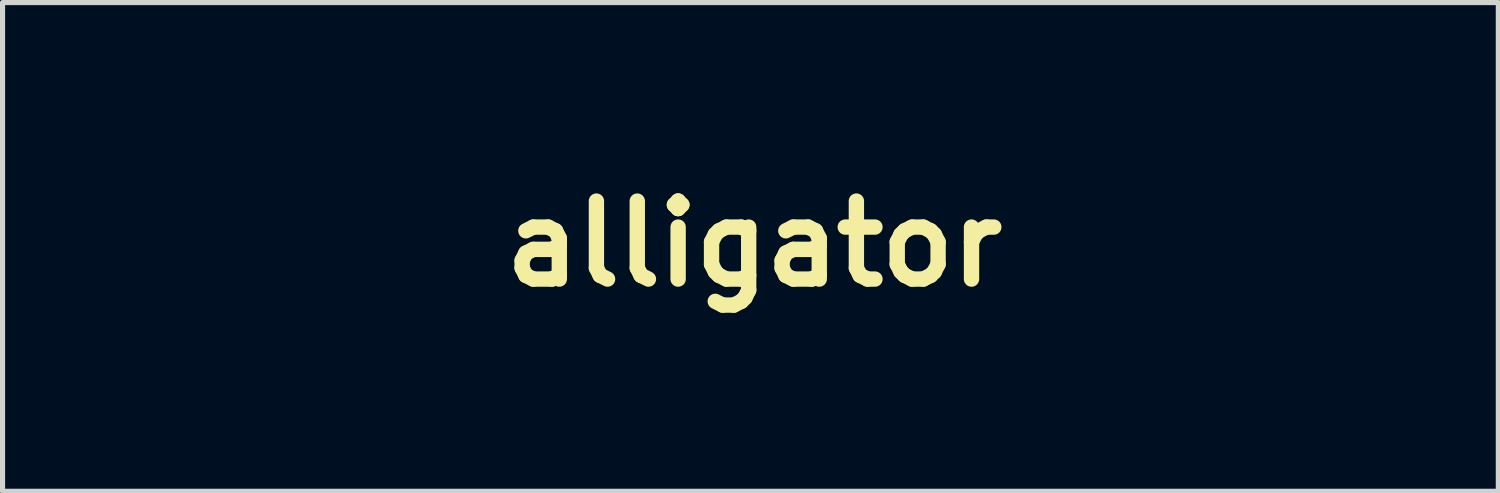
<source format=kicad_pcb>
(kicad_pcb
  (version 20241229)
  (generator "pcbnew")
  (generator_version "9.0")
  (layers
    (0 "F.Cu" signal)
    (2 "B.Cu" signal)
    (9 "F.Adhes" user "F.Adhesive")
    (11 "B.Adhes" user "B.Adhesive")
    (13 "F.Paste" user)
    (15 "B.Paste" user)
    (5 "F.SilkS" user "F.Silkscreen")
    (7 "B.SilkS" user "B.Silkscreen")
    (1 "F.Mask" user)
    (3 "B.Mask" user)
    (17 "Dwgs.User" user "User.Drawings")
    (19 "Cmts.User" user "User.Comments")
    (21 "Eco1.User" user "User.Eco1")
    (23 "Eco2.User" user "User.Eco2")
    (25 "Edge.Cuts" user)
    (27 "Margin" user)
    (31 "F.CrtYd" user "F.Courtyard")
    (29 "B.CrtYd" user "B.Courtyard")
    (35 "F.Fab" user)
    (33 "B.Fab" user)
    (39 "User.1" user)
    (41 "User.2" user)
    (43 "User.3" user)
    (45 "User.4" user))
  (footprint "alligator"
    (layer "F.Cu")
    (at 11.689 1.714)
    (property "Reference" "alligator" (at 0 0 0) (layer "F.SilkS") (effects (font (size 1.524 1.524) (thickness 0.3))))
    (attr through_hole)
    (fp_poly (pts (xy -3.175 -1.596) (xy -2.954 -1.589) (xy -2.829 -1.571) (xy -2.776 -1.536) (xy -2.771 -1.48) (xy -2.781 -1.433) (xy -2.795 -1.313) (xy -2.813 -1.072) (xy -2.832 -0.736) (xy -2.851 -0.329) (xy -2.869 0.122) (xy -2.871 0.2) (xy -2.923 1.669) (xy -4.121 1.669) (xy -4.169 0.236) (xy -4.186 -0.219) (xy -4.204 -0.635) (xy -4.223 -0.986) (xy -4.24 -1.247) (xy -4.254 -1.391) (xy -4.255 -1.397) (xy -4.293 -1.597) (xy -3.518 -1.597) (xy -3.175 -1.596)) (stroke (width 0.01) (type solid)) (fill yes) (layer "F.Mask"))
    (fp_poly (pts (xy -7.511 -0.244) (xy -7.564 1.108) (xy -7.15 1.074) (xy -6.736 1.039) (xy -6.779 1.254) (xy -6.81 1.443) (xy -6.822 1.569) (xy -6.849 1.611) (xy -6.946 1.64) (xy -7.13 1.658) (xy -7.423 1.667) (xy -7.79 1.669) (xy -8.759 1.669) (xy -8.809 0.144) (xy -8.826 -0.317) (xy -8.844 -0.733) (xy -8.863 -1.079) (xy -8.881 -1.334) (xy -8.897 -1.474) (xy -8.901 -1.489) (xy -8.899 -1.538) (xy -8.834 -1.57) (xy -8.684 -1.588) (xy -8.425 -1.596) (xy -8.2 -1.597) (xy -7.457 -1.597) (xy -7.511 -0.244)) (stroke (width 0.01) (type solid)) (fill yes) (layer "F.Mask"))
    (fp_poly (pts (xy -5.188 -0.244) (xy -5.242 1.108) (xy -4.828 1.074) (xy -4.413 1.039) (xy -4.456 1.254) (xy -4.488 1.443) (xy -4.499 1.569) (xy -4.527 1.611) (xy -4.624 1.64) (xy -4.808 1.658) (xy -5.101 1.667) (xy -5.468 1.669) (xy -6.436 1.669) (xy -6.487 0.144) (xy -6.504 -0.317) (xy -6.522 -0.733) (xy -6.541 -1.079) (xy -6.559 -1.334) (xy -6.574 -1.474) (xy -6.578 -1.489) (xy -6.577 -1.538) (xy -6.512 -1.57) (xy -6.362 -1.588) (xy -6.103 -1.596) (xy -5.877 -1.597) (xy -5.135 -1.597) (xy -5.188 -0.244)) (stroke (width 0.01) (type solid)) (fill yes) (layer "F.Mask"))
    (fp_poly (pts (xy 5.561 -1.433) (xy 5.538 -1.277) (xy 5.522 -1.032) (xy 5.516 -0.78) (xy 5.515 -0.29) (xy 4.884 -0.29) (xy 4.837 0.265) (xy 4.813 0.611) (xy 4.796 0.969) (xy 4.79 1.245) (xy 4.79 1.669) (xy 4.29 1.669) (xy 4.024 1.665) (xy 3.869 1.645) (xy 3.789 1.6) (xy 3.75 1.518) (xy 3.747 1.506) (xy 3.728 1.364) (xy 3.713 1.118) (xy 3.704 0.811) (xy 3.702 0.641) (xy 3.697 0.325) (xy 3.685 0.057) (xy 3.668 -0.126) (xy 3.657 -0.175) (xy 3.566 -0.257) (xy 3.36 -0.289) (xy 3.294 -0.29) (xy 2.975 -0.29) (xy 2.975 -1.597) (xy 5.605 -1.597) (xy 5.561 -1.433)) (stroke (width 0.01) (type solid)) (fill yes) (layer "F.Mask"))
    (fp_poly (pts (xy -0.192 -1.15) (xy -0.156 -0.787) (xy -0.142 -0.544) (xy -0.158 -0.397) (xy -0.21 -0.321) (xy -0.306 -0.294) (xy -0.439 -0.29) (xy -0.79 -0.237) (xy -1.075 -0.093) (xy -1.277 0.121) (xy -1.377 0.38) (xy -1.36 0.664) (xy -1.3 0.809) (xy -1.189 0.923) (xy -1.002 1.044) (xy -0.805 1.135) (xy -0.682 1.161) (xy -0.665 1.096) (xy -0.666 0.926) (xy -0.684 0.726) (xy -0.733 0.29) (xy 0.144 0.29) (xy 0.098 0.962) (xy 0.075 1.258) (xy 0.052 1.495) (xy 0.033 1.638) (xy 0.025 1.664) (xy -0.064 1.687) (xy -0.258 1.704) (xy -0.519 1.713) (xy -0.806 1.715) (xy -1.082 1.709) (xy -1.305 1.695) (xy -1.421 1.678) (xy -1.882 1.492) (xy -2.248 1.205) (xy -2.508 0.829) (xy -2.648 0.377) (xy -2.662 0.276) (xy -2.654 -0.24) (xy -2.523 -0.689) (xy -2.272 -1.062) (xy -1.905 -1.351) (xy -1.819 -1.397) (xy -1.586 -1.503) (xy -1.37 -1.564) (xy -1.115 -1.591) (xy -0.832 -1.597) (xy -0.238 -1.597) (xy -0.192 -1.15)) (stroke (width 0.01) (type solid)) (fill yes) (layer "F.Mask"))
    (fp_poly (pts (xy 7.647 -1.608) (xy 8.001 -1.386) (xy 8.277 -1.057) (xy 8.354 -0.91) (xy 8.449 -0.584) (xy 8.491 -0.18) (xy 8.48 0.247) (xy 8.417 0.64) (xy 8.34 0.871) (xy 8.109 1.273) (xy 7.833 1.544) (xy 7.495 1.696) (xy 7.097 1.741) (xy 6.714 1.696) (xy 6.46 1.587) (xy 6.263 1.453) (xy 6.114 1.308) (xy 5.975 1.106) (xy 5.861 0.907) (xy 5.779 0.728) (xy 5.729 0.531) (xy 5.705 0.271) (xy 5.705 0.245) (xy 6.724 0.245) (xy 6.737 0.5) (xy 6.805 0.739) (xy 6.92 0.923) (xy 7.075 1.013) (xy 7.112 1.016) (xy 7.251 0.959) (xy 7.376 0.829) (xy 7.476 0.586) (xy 7.503 0.308) (xy 7.461 0.048) (xy 7.351 -0.141) (xy 7.334 -0.156) (xy 7.197 -0.253) (xy 7.112 -0.29) (xy 7.02 -0.249) (xy 6.89 -0.156) (xy 6.772 0.013) (xy 6.724 0.245) (xy 5.705 0.245) (xy 5.699 -0.036) (xy 5.703 -0.366) (xy 5.723 -0.596) (xy 5.768 -0.773) (xy 5.847 -0.942) (xy 5.893 -1.024) (xy 6.107 -1.323) (xy 6.356 -1.52) (xy 6.686 -1.649) (xy 6.803 -1.678) (xy 7.239 -1.709) (xy 7.647 -1.608)) (stroke (width 0.01) (type solid)) (fill yes) (layer "F.Mask"))
    (fp_poly (pts (xy 10.028 -1.62) (xy 10.313 -1.606) (xy 10.526 -1.575) (xy 10.702 -1.523) (xy 10.813 -1.476) (xy 11.146 -1.29) (xy 11.36 -1.078) (xy 11.479 -0.805) (xy 11.526 -0.468) (xy 11.535 -0.192) (xy 11.512 -0.001) (xy 11.444 0.164) (xy 11.365 0.292) (xy 11.243 0.462) (xy 11.148 0.566) (xy 11.121 0.582) (xy 11.019 0.617) (xy 10.964 0.648) (xy 10.926 0.705) (xy 10.961 0.805) (xy 11.08 0.971) (xy 11.173 1.085) (xy 11.326 1.276) (xy 11.428 1.418) (xy 11.457 1.482) (xy 11.457 1.482) (xy 11.383 1.525) (xy 11.218 1.612) (xy 11.056 1.694) (xy 10.834 1.798) (xy 10.7 1.832) (xy 10.621 1.805) (xy 10.601 1.785) (xy 10.524 1.671) (xy 10.406 1.476) (xy 10.305 1.297) (xy 10.09 0.907) (xy 10.089 1.288) (xy 10.087 1.669) (xy 8.876 1.669) (xy 8.814 0.219) (xy 10.088 0.219) (xy 10.104 0.388) (xy 10.131 0.455) (xy 10.234 0.469) (xy 10.392 0.413) (xy 10.505 0.343) (xy 10.59 0.198) (xy 10.573 0.015) (xy 10.463 -0.151) (xy 10.417 -0.186) (xy 10.266 -0.256) (xy 10.163 -0.256) (xy 10.12 -0.162) (xy 10.094 0.016) (xy 10.088 0.219) (xy 8.814 0.219) (xy 8.807 0.054) (xy 8.788 -0.414) (xy 8.772 -0.832) (xy 8.762 -1.178) (xy 8.756 -1.431) (xy 8.756 -1.57) (xy 8.759 -1.59) (xy 8.835 -1.602) (xy 9.027 -1.612) (xy 9.306 -1.619) (xy 9.633 -1.623) (xy 10.028 -1.62)) (stroke (width 0.01) (type solid)) (fill yes) (layer "F.Mask"))
    (fp_poly (pts (xy -9.65 -1.179) (xy -9.601 -0.948) (xy -9.532 -0.631) (xy -9.448 -0.257) (xy -9.358 0.143) (xy -9.266 0.543) (xy -9.181 0.912) (xy -9.108 1.222) (xy -9.054 1.444) (xy -9.028 1.542) (xy -9.023 1.605) (xy -9.073 1.643) (xy -9.203 1.662) (xy -9.442 1.669) (xy -9.581 1.669) (xy -9.877 1.666) (xy -10.058 1.651) (xy -10.156 1.617) (xy -10.201 1.556) (xy -10.212 1.522) (xy -10.242 1.433) (xy -10.295 1.415) (xy -10.41 1.47) (xy -10.511 1.529) (xy -10.676 1.609) (xy -10.78 1.626) (xy -10.795 1.614) (xy -10.854 1.503) (xy -10.914 1.414) (xy -10.986 1.333) (xy -11.027 1.37) (xy -11.058 1.476) (xy -11.109 1.602) (xy -11.209 1.657) (xy -11.395 1.669) (xy -11.576 1.655) (xy -11.677 1.619) (xy -11.684 1.605) (xy -11.668 1.515) (xy -11.624 1.31) (xy -11.562 1.034) (xy -10.884 1.034) (xy -10.84 1.079) (xy -10.697 1.06) (xy -10.661 1.052) (xy -10.487 1.009) (xy -10.388 0.975) (xy -10.384 0.972) (xy -10.385 0.89) (xy -10.426 0.73) (xy -10.49 0.546) (xy -10.559 0.39) (xy -10.608 0.319) (xy -10.672 0.352) (xy -10.748 0.496) (xy -10.823 0.719) (xy -10.865 0.897) (xy -10.884 1.034) (xy -11.562 1.034) (xy -11.558 1.018) (xy -11.476 0.664) (xy -11.436 0.498) (xy -11.338 0.075) (xy -11.244 -0.35) (xy -11.164 -0.731) (xy -11.106 -1.024) (xy -11.098 -1.07) (xy -11.008 -1.597) (xy -9.735 -1.597) (xy -9.65 -1.179)) (stroke (width 0.01) (type solid)) (fill yes) (layer "F.Mask"))
    (fp_poly (pts (xy 2.252 -1.179) (xy 2.301 -0.948) (xy 2.37 -0.631) (xy 2.453 -0.257) (xy 2.544 0.143) (xy 2.635 0.543) (xy 2.721 0.912) (xy 2.794 1.222) (xy 2.847 1.444) (xy 2.873 1.542) (xy 2.879 1.605) (xy 2.829 1.643) (xy 2.698 1.662) (xy 2.46 1.669) (xy 2.32 1.669) (xy 2.025 1.666) (xy 1.844 1.651) (xy 1.746 1.617) (xy 1.701 1.556) (xy 1.69 1.522) (xy 1.659 1.433) (xy 1.607 1.415) (xy 1.492 1.47) (xy 1.39 1.529) (xy 1.226 1.609) (xy 1.121 1.626) (xy 1.106 1.614) (xy 1.048 1.503) (xy 0.988 1.414) (xy 0.916 1.333) (xy 0.874 1.37) (xy 0.844 1.476) (xy 0.793 1.602) (xy 0.692 1.657) (xy 0.507 1.669) (xy 0.325 1.655) (xy 0.225 1.619) (xy 0.218 1.605) (xy 0.234 1.515) (xy 0.278 1.31) (xy 0.34 1.034) (xy 1.017 1.034) (xy 1.061 1.079) (xy 1.204 1.06) (xy 1.241 1.052) (xy 1.415 1.009) (xy 1.513 0.975) (xy 1.518 0.972) (xy 1.517 0.89) (xy 1.476 0.73) (xy 1.411 0.546) (xy 1.343 0.39) (xy 1.293 0.319) (xy 1.23 0.352) (xy 1.153 0.496) (xy 1.079 0.719) (xy 1.036 0.897) (xy 1.017 1.034) (xy 0.34 1.034) (xy 0.344 1.018) (xy 0.426 0.664) (xy 0.465 0.498) (xy 0.564 0.075) (xy 0.658 -0.35) (xy 0.738 -0.731) (xy 0.795 -1.024) (xy 0.804 -1.07) (xy 0.894 -1.597) (xy 2.167 -1.597) (xy 2.252 -1.179)) (stroke (width 0.01) (type solid)) (fill yes) (layer "F.Mask")))
  (gr_rect
    (start -3 -3)
    (end 26.229 6.551)
    (stroke (width 0.1) (type default))
    (fill no)
    (layer "Edge.Cuts")))
</source>
